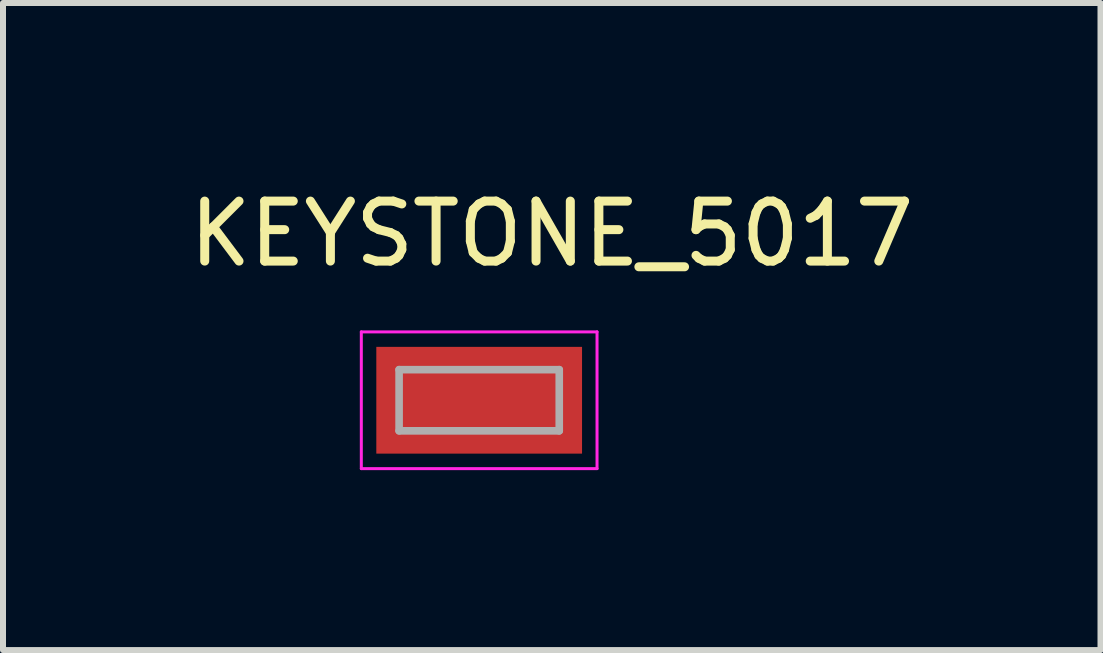
<source format=kicad_pcb>
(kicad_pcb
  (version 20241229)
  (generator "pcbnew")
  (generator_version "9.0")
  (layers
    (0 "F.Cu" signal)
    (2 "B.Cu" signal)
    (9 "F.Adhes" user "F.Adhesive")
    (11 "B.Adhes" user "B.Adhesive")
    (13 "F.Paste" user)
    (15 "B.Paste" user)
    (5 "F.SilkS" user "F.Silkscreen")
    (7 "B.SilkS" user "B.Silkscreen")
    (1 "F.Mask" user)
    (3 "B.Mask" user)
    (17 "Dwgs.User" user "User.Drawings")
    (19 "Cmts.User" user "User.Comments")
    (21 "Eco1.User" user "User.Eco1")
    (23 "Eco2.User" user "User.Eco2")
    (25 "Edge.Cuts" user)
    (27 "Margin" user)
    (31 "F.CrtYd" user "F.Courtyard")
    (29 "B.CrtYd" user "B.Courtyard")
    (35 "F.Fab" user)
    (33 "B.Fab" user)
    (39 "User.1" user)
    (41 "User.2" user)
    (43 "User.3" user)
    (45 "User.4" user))
  (footprint "KEYSTONE_5017"
    (layer "F.Cu")
    (at 4.939 3.623)
    (property "Reference" "KEYSTONE_5017" (at 1.21 -2.775 0) (layer "F.SilkS") (effects (font (size 1 1) (thickness 0.15))))
    (attr smd)
    (fp_line (start -1.965 -1.14) (end -1.965 1.14) (stroke (width 0.05) (type solid)) (layer "F.CrtYd"))
    (fp_line (start -1.965 1.14) (end 1.965 1.14) (stroke (width 0.05) (type solid)) (layer "F.CrtYd"))
    (fp_line (start 1.965 -1.14) (end -1.965 -1.14) (stroke (width 0.05) (type solid)) (layer "F.CrtYd"))
    (fp_line (start 1.965 1.14) (end 1.965 -1.14) (stroke (width 0.05) (type solid)) (layer "F.CrtYd"))
    (fp_line (start -1.335 -0.51) (end 1.335 -0.51) (stroke (width 0.127) (type solid)) (layer "F.Fab"))
    (fp_line (start -1.335 0.51) (end -1.335 -0.51) (stroke (width 0.127) (type solid)) (layer "F.Fab"))
    (fp_line (start 1.335 -0.51) (end 1.335 0.51) (stroke (width 0.127) (type solid)) (layer "F.Fab"))
    (fp_line (start 1.335 0.51) (end -1.335 0.51) (stroke (width 0.127) (type solid)) (layer "F.Fab"))
    (pad "TP" smd rect (at 0 0) (size 3.43 1.78) (layers "F.Cu" "F.Mask" "F.Paste")))
  (gr_rect
    (start -3 -3)
    (end 15.298 7.788)
    (stroke (width 0.1) (type default))
    (fill no)
    (layer "Edge.Cuts")))
</source>
